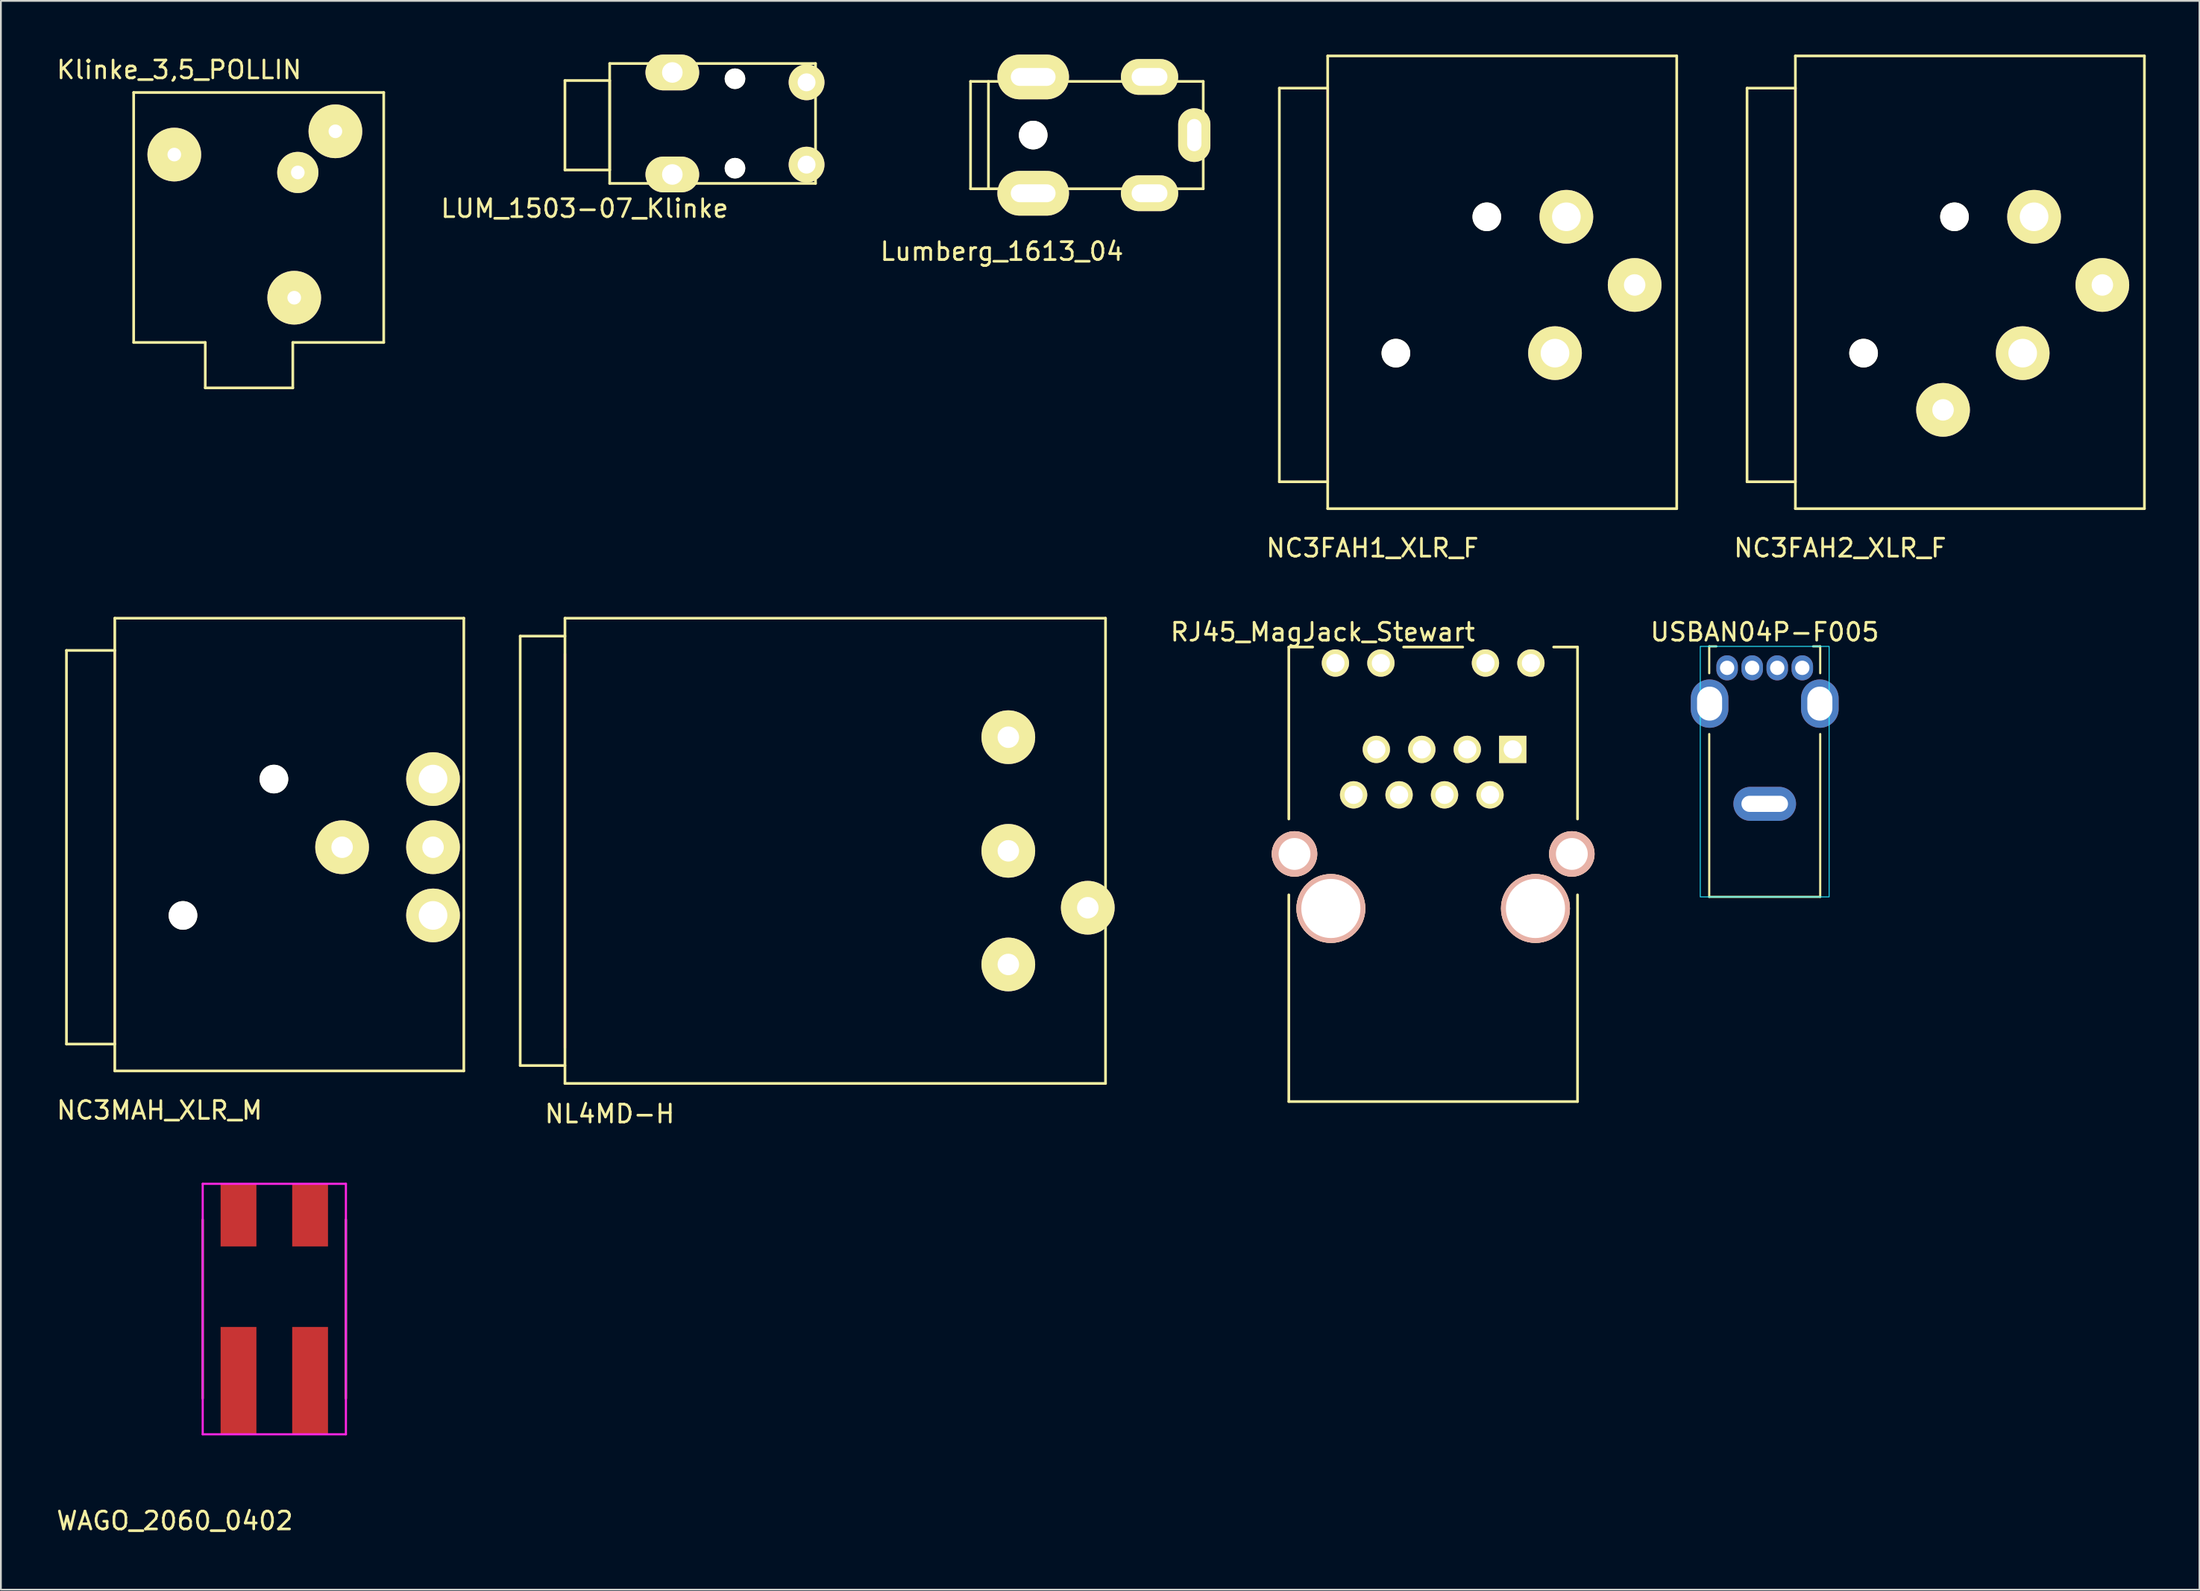
<source format=kicad_pcb>
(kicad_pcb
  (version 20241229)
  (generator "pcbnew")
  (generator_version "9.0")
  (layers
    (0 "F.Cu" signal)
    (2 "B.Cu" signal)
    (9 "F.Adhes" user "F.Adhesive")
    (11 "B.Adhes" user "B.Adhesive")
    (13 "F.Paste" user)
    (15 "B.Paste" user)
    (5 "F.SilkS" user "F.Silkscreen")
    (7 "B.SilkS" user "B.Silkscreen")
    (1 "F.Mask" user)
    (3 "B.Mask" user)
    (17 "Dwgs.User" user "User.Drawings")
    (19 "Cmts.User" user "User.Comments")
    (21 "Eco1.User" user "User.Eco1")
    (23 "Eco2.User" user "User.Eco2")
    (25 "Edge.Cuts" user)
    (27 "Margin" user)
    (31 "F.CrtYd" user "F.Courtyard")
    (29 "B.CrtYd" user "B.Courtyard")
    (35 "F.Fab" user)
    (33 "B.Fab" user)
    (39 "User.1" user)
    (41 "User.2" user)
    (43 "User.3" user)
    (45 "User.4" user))
  (footprint "Klinke_3,5_POLLIN"
    (layer "F.Cu")
    (at 4.418 16.088)
    (property "Reference" "Klinke_3,5_POLLIN" (at 2.54 -15.24 0) (layer "F.SilkS") (effects (font (size 1 1) (thickness 0.15))))
    (attr through_hole)
    (fp_line (start 0 -13.97) (end 13.97 -13.97) (stroke (width 0.15) (type solid)) (layer "F.SilkS"))
    (fp_line (start 0 0) (end 0 -13.97) (stroke (width 0.15) (type solid)) (layer "F.SilkS"))
    (fp_line (start 4 0) (end 0 0) (stroke (width 0.15) (type solid)) (layer "F.SilkS"))
    (fp_line (start 4 2.54) (end 4 0) (stroke (width 0.15) (type solid)) (layer "F.SilkS"))
    (fp_line (start 8.89 0) (end 8.89 2.54) (stroke (width 0.15) (type solid)) (layer "F.SilkS"))
    (fp_line (start 8.89 2.54) (end 4 2.54) (stroke (width 0.15) (type solid)) (layer "F.SilkS"))
    (fp_line (start 13.97 -13.97) (end 13.97 0) (stroke (width 0.15) (type solid)) (layer "F.SilkS"))
    (fp_line (start 13.97 0) (end 8.89 0) (stroke (width 0.15) (type solid)) (layer "F.SilkS"))
    (pad "1" thru_hole circle (at 8.97 -2.5) (size 3 3) (drill 0.762) (layers "*.Cu" "*.Mask" "F.SilkS"))
    (pad "2" thru_hole circle (at 2.27 -10.5) (size 3 3) (drill 0.762) (layers "*.Cu" "*.Mask" "F.SilkS"))
    (pad "3" thru_hole circle (at 11.27 -11.8) (size 3 3) (drill 0.762) (layers "*.Cu" "*.Mask" "F.SilkS"))
    (pad "6" thru_hole circle (at 9.17 -9.5) (size 2.3 2.3) (drill 0.762) (layers "*.Cu" "*.Mask" "F.SilkS")))
  (footprint "NL4MD-H"
    (layer "F.Cu")
    (at 28.513 44.498)
    (property "Reference" "NL4MD-H" (at 2.5 14.7 0) (layer "F.SilkS") (effects (font (size 1 1) (thickness 0.15))))
    (attr through_hole)
    (fp_line (start -2.5 -12) (end 0 -12) (stroke (width 0.15) (type solid)) (layer "F.SilkS"))
    (fp_line (start -2.5 12) (end -2.5 -12) (stroke (width 0.15) (type solid)) (layer "F.SilkS"))
    (fp_line (start 0 -13) (end 30.2 -13) (stroke (width 0.15) (type solid)) (layer "F.SilkS"))
    (fp_line (start 0 12) (end -2.5 12) (stroke (width 0.15) (type solid)) (layer "F.SilkS"))
    (fp_line (start 0 13) (end 0 -13) (stroke (width 0.15) (type solid)) (layer "F.SilkS"))
    (fp_line (start 30.2 -13) (end 30.2 13) (stroke (width 0.15) (type solid)) (layer "F.SilkS"))
    (fp_line (start 30.2 13) (end 0 13) (stroke (width 0.15) (type solid)) (layer "F.SilkS"))
    (fp_line (start 0 -11) (end 0 11) (stroke (width 0.15) (type solid)) (layer "F.Adhes"))
    (pad "1+" thru_hole circle (at 29.21 3.18) (size 3 3) (drill 1.2) (layers "*.Cu" "*.Mask" "F.SilkS"))
    (pad "1-" thru_hole circle (at 24.77 -6.35) (size 3 3) (drill 1.2) (layers "*.Cu" "*.Mask" "F.SilkS"))
    (pad "2+" thru_hole circle (at 24.77 0) (size 3 3) (drill 1.2) (layers "*.Cu" "*.Mask" "F.SilkS"))
    (pad "2-" thru_hole circle (at 24.77 6.35) (size 3 3) (drill 1.2) (layers "*.Cu" "*.Mask" "F.SilkS")))
  (footprint "NC3MAH_XLR_M"
    (layer "F.Cu")
    (at 3.363 44.298)
    (property "Reference" "NC3MAH_XLR_M" (at 2.5 14.7 0) (layer "F.SilkS") (effects (font (size 1 1) (thickness 0.15))))
    (attr through_hole)
    (fp_line (start -2.7 -11) (end 0 -11) (stroke (width 0.15) (type solid)) (layer "F.SilkS"))
    (fp_line (start -2.7 11) (end -2.7 -11) (stroke (width 0.15) (type solid)) (layer "F.SilkS"))
    (fp_line (start 0 -12.8) (end 19.5 -12.8) (stroke (width 0.15) (type solid)) (layer "F.SilkS"))
    (fp_line (start 0 11) (end -2.7 11) (stroke (width 0.15) (type solid)) (layer "F.SilkS"))
    (fp_line (start 0 12.5) (end 0 -12.8) (stroke (width 0.15) (type solid)) (layer "F.SilkS"))
    (fp_line (start 19.5 -12.8) (end 19.5 12.5) (stroke (width 0.15) (type solid)) (layer "F.SilkS"))
    (fp_line (start 19.5 12.5) (end 0 12.5) (stroke (width 0.15) (type solid)) (layer "F.SilkS"))
    (fp_line (start 0 -11) (end 0 11) (stroke (width 0.15) (type solid)) (layer "F.Adhes"))
    (pad "" np_thru_hole circle (at 3.81 3.81) (size 1.6 1.6) (drill 1.6) (layers "*.Cu" "*.Mask" "F.SilkS"))
    (pad "" np_thru_hole circle (at 8.89 -3.81) (size 1.6 1.6) (drill 1.6) (layers "*.Cu" "*.Mask" "F.SilkS"))
    (pad "1" thru_hole circle (at 17.78 3.81) (size 3 3) (drill 1.6) (layers "*.Cu" "*.Mask" "F.SilkS"))
    (pad "2" thru_hole circle (at 17.78 -3.81) (size 3 3) (drill 1.6) (layers "*.Cu" "*.Mask" "F.SilkS"))
    (pad "3" thru_hole circle (at 17.78 0) (size 3 3) (drill 1.2) (layers "*.Cu" "*.Mask" "F.SilkS"))
    (pad "G" thru_hole circle (at 12.7 0) (size 3 3) (drill 1.2) (layers "*.Cu" "*.Mask" "F.SilkS")))
  (footprint "LUM_1503-07_Klinke"
    (layer "F.Cu")
    (at 31.012 7.2)
    (property "Reference" "LUM_1503-07_Klinke" (at -1.4 1.4 0) (layer "F.SilkS") (effects (font (size 1 1) (thickness 0.15))))
    (attr through_hole)
    (fp_line (start -2.5 -5.75) (end 0 -5.75) (stroke (width 0.15) (type solid)) (layer "F.SilkS"))
    (fp_line (start -2.5 -0.75) (end -2.5 -5.75) (stroke (width 0.15) (type solid)) (layer "F.SilkS"))
    (fp_line (start 0 -6.7) (end 0 0) (stroke (width 0.15) (type solid)) (layer "F.SilkS"))
    (fp_line (start 0 -5.75) (end 0 -0.75) (stroke (width 0.15) (type solid)) (layer "F.SilkS"))
    (fp_line (start 0 -0.75) (end -2.5 -0.75) (stroke (width 0.15) (type solid)) (layer "F.SilkS"))
    (fp_line (start 0 0) (end 11.5 0) (stroke (width 0.15) (type solid)) (layer "F.SilkS"))
    (fp_line (start 11.5 -6.7) (end 0 -6.7) (stroke (width 0.15) (type solid)) (layer "F.SilkS"))
    (fp_line (start 11.5 0) (end 11.5 -6.7) (stroke (width 0.15) (type solid)) (layer "F.SilkS"))
    (pad "" np_thru_hole circle (at 7 -5.85) (size 1.15 1.15) (drill 1.15) (layers "*.Cu" "*.Mask" "F.SilkS"))
    (pad "" np_thru_hole circle (at 7 -0.85) (size 1.15 1.15) (drill 1.15) (layers "*.Cu" "*.Mask" "F.SilkS"))
    (pad "1" thru_hole circle (at 11 -1.05) (size 2 2) (drill 1) (layers "*.Cu" "*.Mask" "F.SilkS"))
    (pad "2" thru_hole oval (at 3.5 -6.2) (size 3 2) (drill 1.15) (layers "*.Cu" "*.Mask" "F.SilkS"))
    (pad "2" thru_hole oval (at 3.5 -0.5) (size 3 2) (drill 1.15) (layers "*.Cu" "*.Mask" "F.SilkS"))
    (pad "3" thru_hole circle (at 11 -5.65) (size 2 2) (drill 1) (layers "*.Cu" "*.Mask" "F.SilkS")))
  (footprint "WAGO_2060_0402"
    (layer "F.Cu")
    (at 12.275 70.106)
    (property "Reference" "WAGO_2060_0402" (at -5.555 11.833 0) (layer "F.SilkS") (effects (font (size 1 1) (thickness 0.15))))
    (attr through_hole)
    (fp_line (start -4 -5) (end -4 5) (stroke (width 0.12) (type solid)) (layer "F.SilkS"))
    (fp_line (start 4 5) (end 4 -5) (stroke (width 0.12) (type solid)) (layer "F.SilkS"))
    (fp_line (start -4 -7) (end -4 7) (stroke (width 0.12) (type solid)) (layer "F.CrtYd"))
    (fp_line (start -4 7) (end 4 7) (stroke (width 0.12) (type solid)) (layer "F.CrtYd"))
    (fp_line (start 4 -7) (end -4 -7) (stroke (width 0.12) (type solid)) (layer "F.CrtYd"))
    (fp_line (start 4 7) (end 4 -7) (stroke (width 0.12) (type solid)) (layer "F.CrtYd"))
    (pad "1" connect rect (at -2 -5.25) (size 2 3.5) (layers "F.Cu" "F.Mask"))
    (pad "1" connect rect (at -2 4) (size 2 6) (layers "F.Cu" "F.Mask"))
    (pad "2" connect rect (at 2 -5.25) (size 2 3.5) (layers "F.Cu" "F.Mask"))
    (pad "2" connect rect (at 2 4) (size 2 6) (layers "F.Cu" "F.Mask")))
  (footprint "Lumberg_1613_04"
    (layer "F.Cu")
    (at 57.673 4.5)
    (property "Reference" "Lumberg_1613_04" (at -4.75 6.5 0) (layer "F.SilkS") (effects (font (size 1 1) (thickness 0.15))))
    (attr through_hole)
    (fp_line (start -6.5 -3) (end 6.5 -3) (stroke (width 0.15) (type solid)) (layer "F.SilkS"))
    (fp_line (start -6.5 3) (end -6.5 -3) (stroke (width 0.15) (type solid)) (layer "F.SilkS"))
    (fp_line (start -5.5 -3) (end -5.5 3) (stroke (width 0.15) (type solid)) (layer "F.SilkS"))
    (fp_line (start 6.5 -3) (end 6.5 3) (stroke (width 0.15) (type solid)) (layer "F.SilkS"))
    (fp_line (start 6.5 3) (end -6.5 3) (stroke (width 0.15) (type solid)) (layer "F.SilkS"))
    (pad "" np_thru_hole oval (at -3 -3.25) (size 4 2.5) (drill oval 2.5 1) (layers "*.Cu" "*.Mask" "F.SilkS"))
    (pad "" np_thru_hole circle (at -3 0) (size 1.6 1.6) (drill 1.6) (layers "*.Cu" "*.Mask" "F.SilkS"))
    (pad "" np_thru_hole oval (at -3 3.25) (size 4 2.5) (drill oval 2.5 1) (layers "*.Cu" "*.Mask" "F.SilkS"))
    (pad "1" thru_hole oval (at 6 0) (size 1.8 3) (drill oval 0.8 1.8) (layers "*.Cu" "*.Mask" "F.SilkS"))
    (pad "2" thru_hole oval (at 3.5 3.25) (size 3.2 2) (drill oval 2 1) (layers "*.Cu" "*.Mask" "F.SilkS"))
    (pad "3" thru_hole oval (at 3.5 -3.25) (size 3.2 2) (drill oval 2 1) (layers "*.Cu" "*.Mask" "F.SilkS")))
  (footprint "USBAN04P-F005"
    (layer "F.Cu")
    (at 95.542 36.272)
    (property "Reference" "USBAN04P-F005" (at 0 -4 0) (unlocked yes) (layer "F.SilkS") (effects (font (size 1 1) (thickness 0.15))))
    (attr through_hole)
    (fp_line (start -3.1 -3.2) (end -2.7 -3.2) (stroke (width 0.12) (type solid)) (layer "F.SilkS"))
    (fp_line (start -3.1 -1.7) (end -3.1 -3.2) (stroke (width 0.12) (type solid)) (layer "F.SilkS"))
    (fp_line (start -3.1 10.8) (end -3.1 1.7) (stroke (width 0.12) (type solid)) (layer "F.SilkS"))
    (fp_line (start 3.1 -3.2) (end 2.7 -3.2) (stroke (width 0.12) (type solid)) (layer "F.SilkS"))
    (fp_line (start 3.1 -1.7) (end 3.1 -3.2) (stroke (width 0.12) (type solid)) (layer "F.SilkS"))
    (fp_line (start 3.1 1.7) (end 3.1 10.8) (stroke (width 0.12) (type solid)) (layer "F.SilkS"))
    (fp_line (start 3.1 10.8) (end -3.1 10.8) (stroke (width 0.12) (type solid)) (layer "F.SilkS"))
    (fp_rect (start -3.6 10.8) (end 3.6 -3.2) (stroke (width 0.05) (type solid)) (fill no) (layer "B.CrtYd"))
    (pad "1" thru_hole oval (at 2.1 -2) (size 1.2 1.4) (drill 0.8) (layers "*.Cu" "*.Mask"))
    (pad "2" thru_hole oval (at 0.7 -2) (size 1.2 1.4) (drill 0.8) (layers "*.Cu" "*.Mask"))
    (pad "3" thru_hole oval (at -0.7 -2) (size 1.2 1.4) (drill 0.8) (layers "*.Cu" "*.Mask"))
    (pad "4" thru_hole oval (at -2.1 -2) (size 1.2 1.4) (drill 0.8) (layers "*.Cu" "*.Mask"))
    (pad "5" thru_hole oval (at -3.08 0) (size 2.1 2.7) (drill oval 1.4 1.9) (layers "*.Cu" "*.Mask"))
    (pad "5" thru_hole oval (at 0 5.6) (size 3.5 1.9) (drill oval 2.6 0.9) (layers "*.Cu" "*.Mask"))
    (pad "5" thru_hole oval (at 3.08 0) (size 2.1 2.7) (drill oval 1.4 1.9) (layers "*.Cu" "*.Mask")))
  (footprint "NC3FAH1_XLR_F"
    (layer "F.Cu")
    (at 71.126 12.875)
    (property "Reference" "NC3FAH1_XLR_F" (at 2.5 14.7 0) (layer "F.SilkS") (effects (font (size 1 1) (thickness 0.15))))
    (attr through_hole)
    (fp_line (start -2.7 -11) (end 0 -11) (stroke (width 0.15) (type solid)) (layer "F.SilkS"))
    (fp_line (start -2.7 11) (end -2.7 -11) (stroke (width 0.15) (type solid)) (layer "F.SilkS"))
    (fp_line (start 0 -12.8) (end 19.5 -12.8) (stroke (width 0.15) (type solid)) (layer "F.SilkS"))
    (fp_line (start 0 11) (end -2.7 11) (stroke (width 0.15) (type solid)) (layer "F.SilkS"))
    (fp_line (start 0 12.5) (end 0 -12.8) (stroke (width 0.15) (type solid)) (layer "F.SilkS"))
    (fp_line (start 19.5 -12.8) (end 19.5 12.5) (stroke (width 0.15) (type solid)) (layer "F.SilkS"))
    (fp_line (start 19.5 12.5) (end 0 12.5) (stroke (width 0.15) (type solid)) (layer "F.SilkS"))
    (fp_line (start 0 -11) (end 0 11) (stroke (width 0.15) (type solid)) (layer "F.Adhes"))
    (pad "" np_thru_hole circle (at 3.81 3.81) (size 1.6 1.6) (drill 1.6) (layers "*.Cu" "*.Mask" "F.SilkS"))
    (pad "" np_thru_hole circle (at 8.89 -3.81) (size 1.6 1.6) (drill 1.6) (layers "*.Cu" "*.Mask" "F.SilkS"))
    (pad "1" thru_hole circle (at 12.7 3.81) (size 3 3) (drill 1.6) (layers "*.Cu" "*.Mask" "F.SilkS"))
    (pad "2" thru_hole circle (at 13.335 -3.81) (size 3 3) (drill 1.6) (layers "*.Cu" "*.Mask" "F.SilkS"))
    (pad "3" thru_hole circle (at 17.15 0) (size 3 3) (drill 1.2) (layers "*.Cu" "*.Mask" "F.SilkS")))
  (footprint "RJ45_MagJack_Stewart"
    (layer "F.Cu")
    (at 71.304 47.72)
    (property "Reference" "RJ45_MagJack_Stewart" (at -0.456 -15.448 0) (layer "F.SilkS") (effects (font (size 1 1) (thickness 0.15))))
    (attr through_hole)
    (fp_line (start -2.35 -14.61) (end -1.016 -14.61) (stroke (width 0.15) (type solid)) (layer "F.SilkS"))
    (fp_line (start -2.35 -5) (end -2.35 -14.61) (stroke (width 0.15) (type solid)) (layer "F.SilkS"))
    (fp_line (start -2.35 10.79) (end -2.35 -0.762) (stroke (width 0.15) (type solid)) (layer "F.SilkS"))
    (fp_line (start -2.35 10.79) (end 13.78 10.79) (stroke (width 0.15) (type solid)) (layer "F.SilkS"))
    (fp_line (start 4.064 -14.61) (end 7.366 -14.61) (stroke (width 0.15) (type solid)) (layer "F.SilkS"))
    (fp_line (start 13.78 -14.61) (end 12.446 -14.61) (stroke (width 0.15) (type solid)) (layer "F.SilkS"))
    (fp_line (start 13.78 -5) (end 13.78 -14.61) (stroke (width 0.15) (type solid)) (layer "F.SilkS"))
    (fp_line (start 13.78 10.79) (end 13.78 -0.762) (stroke (width 0.15) (type solid)) (layer "F.SilkS"))
    (pad "1" thru_hole rect (at 10.16 -8.89) (size 1.524 1.524) (drill 1.016) (layers "*.Cu" "*.Mask" "F.SilkS"))
    (pad "2" thru_hole circle (at 8.89 -6.35) (size 1.524 1.524) (drill 1.016) (layers "*.Cu" "*.Mask" "F.SilkS"))
    (pad "3" thru_hole circle (at 7.62 -8.89) (size 1.524 1.524) (drill 1.016) (layers "*.Cu" "*.Mask" "F.SilkS"))
    (pad "4" thru_hole circle (at 6.35 -6.35) (size 1.524 1.524) (drill 1.016) (layers "*.Cu" "*.Mask" "F.SilkS"))
    (pad "5" thru_hole circle (at 5.08 -8.89) (size 1.524 1.524) (drill 1.016) (layers "*.Cu" "*.Mask" "F.SilkS"))
    (pad "6" thru_hole circle (at 3.81 -6.35) (size 1.524 1.524) (drill 1.016) (layers "*.Cu" "*.Mask" "F.SilkS"))
    (pad "7" thru_hole circle (at 2.54 -8.89) (size 1.524 1.524) (drill 1.016) (layers "*.Cu" "*.Mask" "F.SilkS"))
    (pad "8" thru_hole circle (at 1.27 -6.35) (size 1.524 1.524) (drill 1.016) (layers "*.Cu" "*.Mask" "F.SilkS"))
    (pad "13" thru_hole circle (at -2.032 -3.048) (size 2.54 2.54) (drill 1.778) (layers "*.Cu" "*.SilkS" "*.Mask"))
    (pad "13" thru_hole circle (at 13.462 -3.048) (size 2.54 2.54) (drill 1.778) (layers "*.Cu" "*.SilkS" "*.Mask"))
    (pad "GA" thru_hole circle (at 8.636 -13.716) (size 1.524 1.524) (drill 1.016) (layers "*.Cu" "*.Mask" "F.SilkS"))
    (pad "GK" thru_hole circle (at 11.176 -13.716) (size 1.524 1.524) (drill 1.016) (layers "*.Cu" "*.Mask" "F.SilkS"))
    (pad "Hole" thru_hole circle (at 0 0) (size 3.851 3.851) (drill 3.302) (layers "*.Cu" "*.SilkS" "*.Mask"))
    (pad "Hole" thru_hole circle (at 11.43 0) (size 3.851 3.851) (drill 3.302) (layers "*.Cu" "*.SilkS" "*.Mask"))
    (pad "YA" thru_hole circle (at 0.254 -13.716) (size 1.524 1.524) (drill 1.016) (layers "*.Cu" "*.Mask" "F.SilkS"))
    (pad "YK" thru_hole circle (at 2.794 -13.716) (size 1.524 1.524) (drill 1.016) (layers "*.Cu" "*.Mask" "F.SilkS")))
  (footprint "NC3FAH2_XLR_F"
    (layer "F.Cu")
    (at 97.255 12.875)
    (property "Reference" "NC3FAH2_XLR_F" (at 2.5 14.7 0) (layer "F.SilkS") (effects (font (size 1 1) (thickness 0.15))))
    (attr through_hole)
    (fp_line (start -2.7 -11) (end 0 -11) (stroke (width 0.15) (type solid)) (layer "F.SilkS"))
    (fp_line (start -2.7 11) (end -2.7 -11) (stroke (width 0.15) (type solid)) (layer "F.SilkS"))
    (fp_line (start 0 -12.8) (end 19.5 -12.8) (stroke (width 0.15) (type solid)) (layer "F.SilkS"))
    (fp_line (start 0 11) (end -2.7 11) (stroke (width 0.15) (type solid)) (layer "F.SilkS"))
    (fp_line (start 0 12.5) (end 0 -12.8) (stroke (width 0.15) (type solid)) (layer "F.SilkS"))
    (fp_line (start 19.5 -12.8) (end 19.5 12.5) (stroke (width 0.15) (type solid)) (layer "F.SilkS"))
    (fp_line (start 19.5 12.5) (end 0 12.5) (stroke (width 0.15) (type solid)) (layer "F.SilkS"))
    (fp_line (start 0 -11) (end 0 11) (stroke (width 0.15) (type solid)) (layer "F.Adhes"))
    (pad "" np_thru_hole circle (at 3.81 3.81) (size 1.6 1.6) (drill 1.6) (layers "*.Cu" "*.Mask" "F.SilkS"))
    (pad "" np_thru_hole circle (at 8.89 -3.81) (size 1.6 1.6) (drill 1.6) (layers "*.Cu" "*.Mask" "F.SilkS"))
    (pad "1" thru_hole circle (at 12.7 3.81) (size 3 3) (drill 1.6) (layers "*.Cu" "*.Mask" "F.SilkS"))
    (pad "2" thru_hole circle (at 13.335 -3.81) (size 3 3) (drill 1.6) (layers "*.Cu" "*.Mask" "F.SilkS"))
    (pad "3" thru_hole circle (at 17.15 0) (size 3 3) (drill 1.2) (layers "*.Cu" "*.Mask" "F.SilkS"))
    (pad "G" thru_hole circle (at 8.25 6.98) (size 3 3) (drill 1.2) (layers "*.Cu" "*.Mask" "F.SilkS")))
  (gr_rect
    (start -3 -3)
    (end 119.83 85.788)
    (stroke (width 0.1) (type default))
    (fill no)
    (layer "Edge.Cuts")))
</source>
